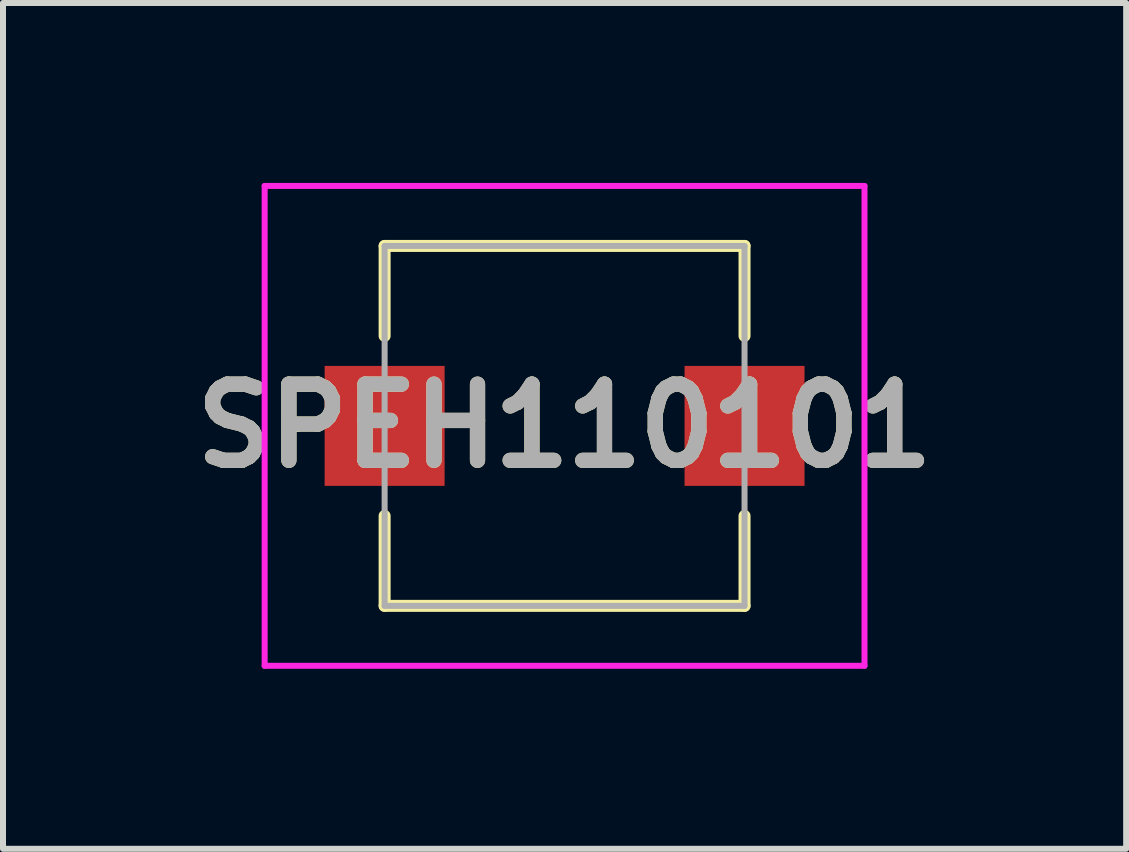
<source format=kicad_pcb>
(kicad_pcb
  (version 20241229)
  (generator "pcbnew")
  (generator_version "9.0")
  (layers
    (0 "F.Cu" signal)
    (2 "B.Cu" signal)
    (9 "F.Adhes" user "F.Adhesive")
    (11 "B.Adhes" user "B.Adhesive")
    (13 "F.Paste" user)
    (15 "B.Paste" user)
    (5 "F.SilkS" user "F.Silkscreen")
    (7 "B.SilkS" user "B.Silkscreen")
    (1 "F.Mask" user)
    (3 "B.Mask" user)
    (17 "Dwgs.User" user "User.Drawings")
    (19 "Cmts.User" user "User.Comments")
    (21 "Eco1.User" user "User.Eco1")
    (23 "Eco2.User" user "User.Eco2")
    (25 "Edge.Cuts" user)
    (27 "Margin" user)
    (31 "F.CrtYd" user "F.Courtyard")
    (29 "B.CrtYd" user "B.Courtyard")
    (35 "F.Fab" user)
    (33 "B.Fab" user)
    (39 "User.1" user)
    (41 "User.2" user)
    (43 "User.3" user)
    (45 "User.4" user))
  (footprint "SPEH110101"
    (layer "F.Cu")
    (at 6.362 4.05)
    (property "Reference" "SPEH110101" (at 0 0 0) (layer "F.SilkS") (effects (font (size 1.27 1.27) (thickness 0.254))))
    (attr smd)
    (fp_line (start -4.5 0) (end -4.5 0) (stroke (width 0.1) (type solid)) (layer "F.SilkS"))
    (fp_line (start -4.4 0) (end -4.4 0) (stroke (width 0.1) (type solid)) (layer "F.SilkS"))
    (fp_line (start -3 -3) (end 3 -3) (stroke (width 0.2) (type solid)) (layer "F.SilkS"))
    (fp_line (start -3 -1.5) (end -3 -3) (stroke (width 0.2) (type solid)) (layer "F.SilkS"))
    (fp_line (start -3 1.5) (end -3 3) (stroke (width 0.2) (type solid)) (layer "F.SilkS"))
    (fp_line (start -3 3) (end 3 3) (stroke (width 0.2) (type solid)) (layer "F.SilkS"))
    (fp_line (start 3 -3) (end 3 -1.5) (stroke (width 0.2) (type solid)) (layer "F.SilkS"))
    (fp_line (start 3 3) (end 3 1.5) (stroke (width 0.2) (type solid)) (layer "F.SilkS"))
    (fp_arc (start -4.5 0) (mid -4.45 -0.05) (end -4.4 0) (stroke (width 0.1) (type solid)) (layer "F.SilkS"))
    (fp_arc (start -4.4 0) (mid -4.45 0.05) (end -4.5 0) (stroke (width 0.1) (type solid)) (layer "F.SilkS"))
    (fp_line (start -5 -4) (end 5 -4) (stroke (width 0.1) (type solid)) (layer "F.CrtYd"))
    (fp_line (start -5 4) (end -5 -4) (stroke (width 0.1) (type solid)) (layer "F.CrtYd"))
    (fp_line (start 5 -4) (end 5 4) (stroke (width 0.1) (type solid)) (layer "F.CrtYd"))
    (fp_line (start 5 4) (end -5 4) (stroke (width 0.1) (type solid)) (layer "F.CrtYd"))
    (fp_line (start -3 -3) (end 3 -3) (stroke (width 0.1) (type solid)) (layer "F.Fab"))
    (fp_line (start -3 3) (end -3 -3) (stroke (width 0.1) (type solid)) (layer "F.Fab"))
    (fp_line (start 3 -3) (end 3 3) (stroke (width 0.1) (type solid)) (layer "F.Fab"))
    (fp_line (start 3 3) (end -3 3) (stroke (width 0.1) (type solid)) (layer "F.Fab"))
    (fp_text user "${REFERENCE}" (at 0 0 0) (layer "F.Fab") (effects (font (size 1.27 1.27) (thickness 0.254))))
    (pad "1" smd rect (at -3 0) (size 2 2) (layers "F.Cu" "F.Mask" "F.Paste"))
    (pad "2" smd rect (at 3 0) (size 2 2) (layers "F.Cu" "F.Mask" "F.Paste")))
  (gr_rect
    (start -3 -3)
    (end 15.724 11.1)
    (stroke (width 0.1) (type default))
    (fill no)
    (layer "Edge.Cuts")))
</source>
